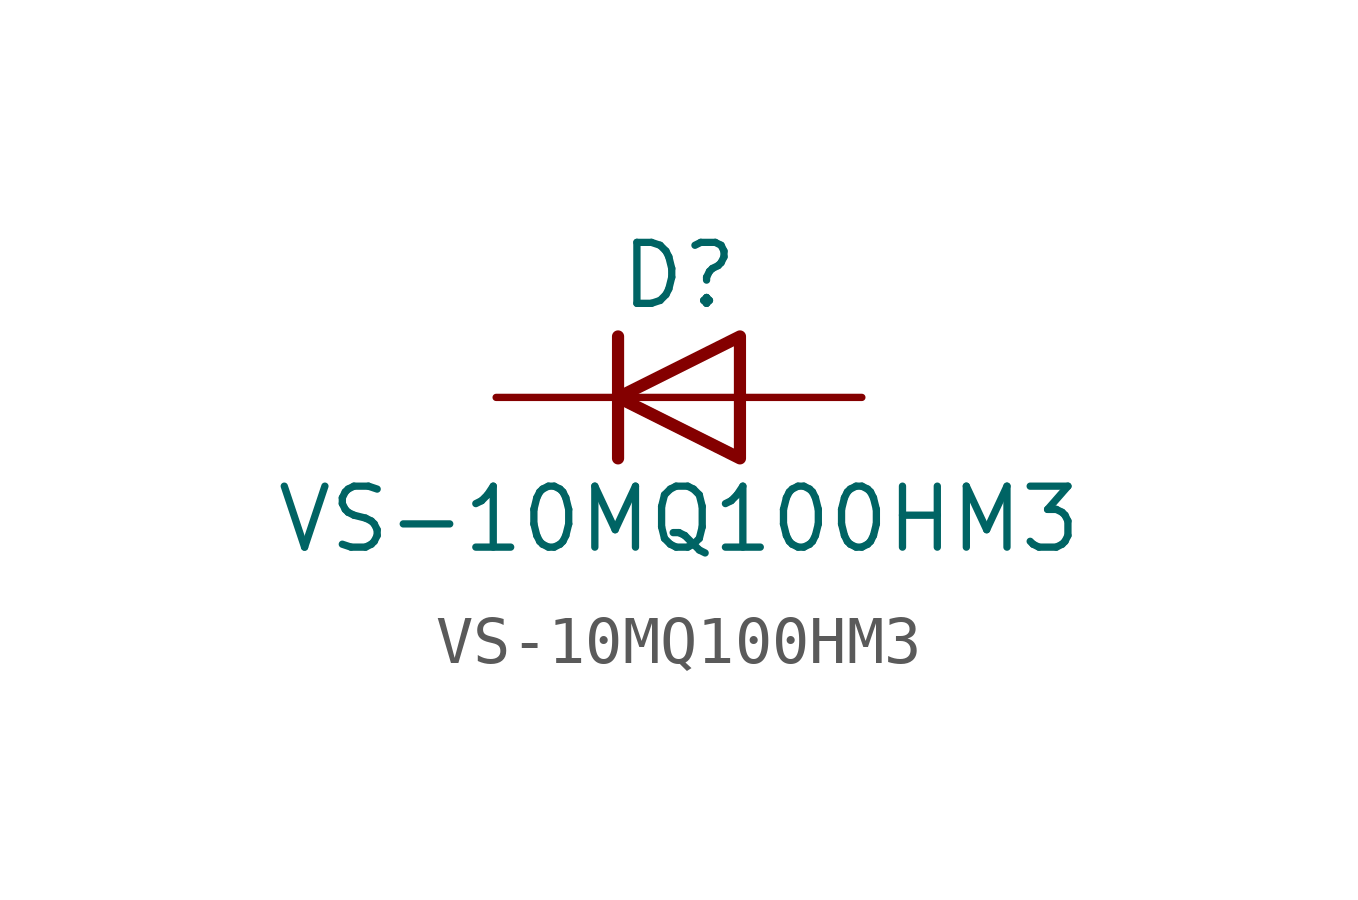
<source format=kicad_sym>
(kicad_symbol_lib
  (version 20231120)
  (generator "kicad_symbol_editor")
  (generator_version "8.0")
  (symbol "VS-10MQ100HM3"
    (pin_numbers hide)
    (pin_names hide)
    (property "Reference" "D"
      (at 0 2.54 0)
      (effects (font (size 1.27 1.27))))
    (property "Value" "VS-10MQ100HM3"
      (at 0 -2.54 0)
      (effects (font (size 1.27 1.27))))
    (symbol "VS-10MQ100HM3_0_1"
      (polyline (pts (xy -1.27 1.27) (xy -1.27 -1.27)) (stroke (width 0.254) (type default)) (fill (type none)))
      (polyline (pts (xy 1.27 0) (xy -1.27 0)) (stroke (width 0) (type default)) (fill (type none)))
      (polyline (pts (xy 1.27 1.27) (xy 1.27 -1.27) (xy -1.27 0) (xy 1.27 1.27)) (stroke (width 0.254) (type default)) (fill (type none))))
    (symbol "VS-10MQ100HM3_1_1"
      (pin passive line (at -3.81 0 0) (length 2.54) (name "K" (effects (font (size 1.27 1.27)))) (number "1" (effects (font (size 1.27 1.27)))))
      (pin passive line (at 3.81 0 180) (length 2.54) (name "A" (effects (font (size 1.27 1.27)))) (number "2" (effects (font (size 1.27 1.27))))))))
</source>
